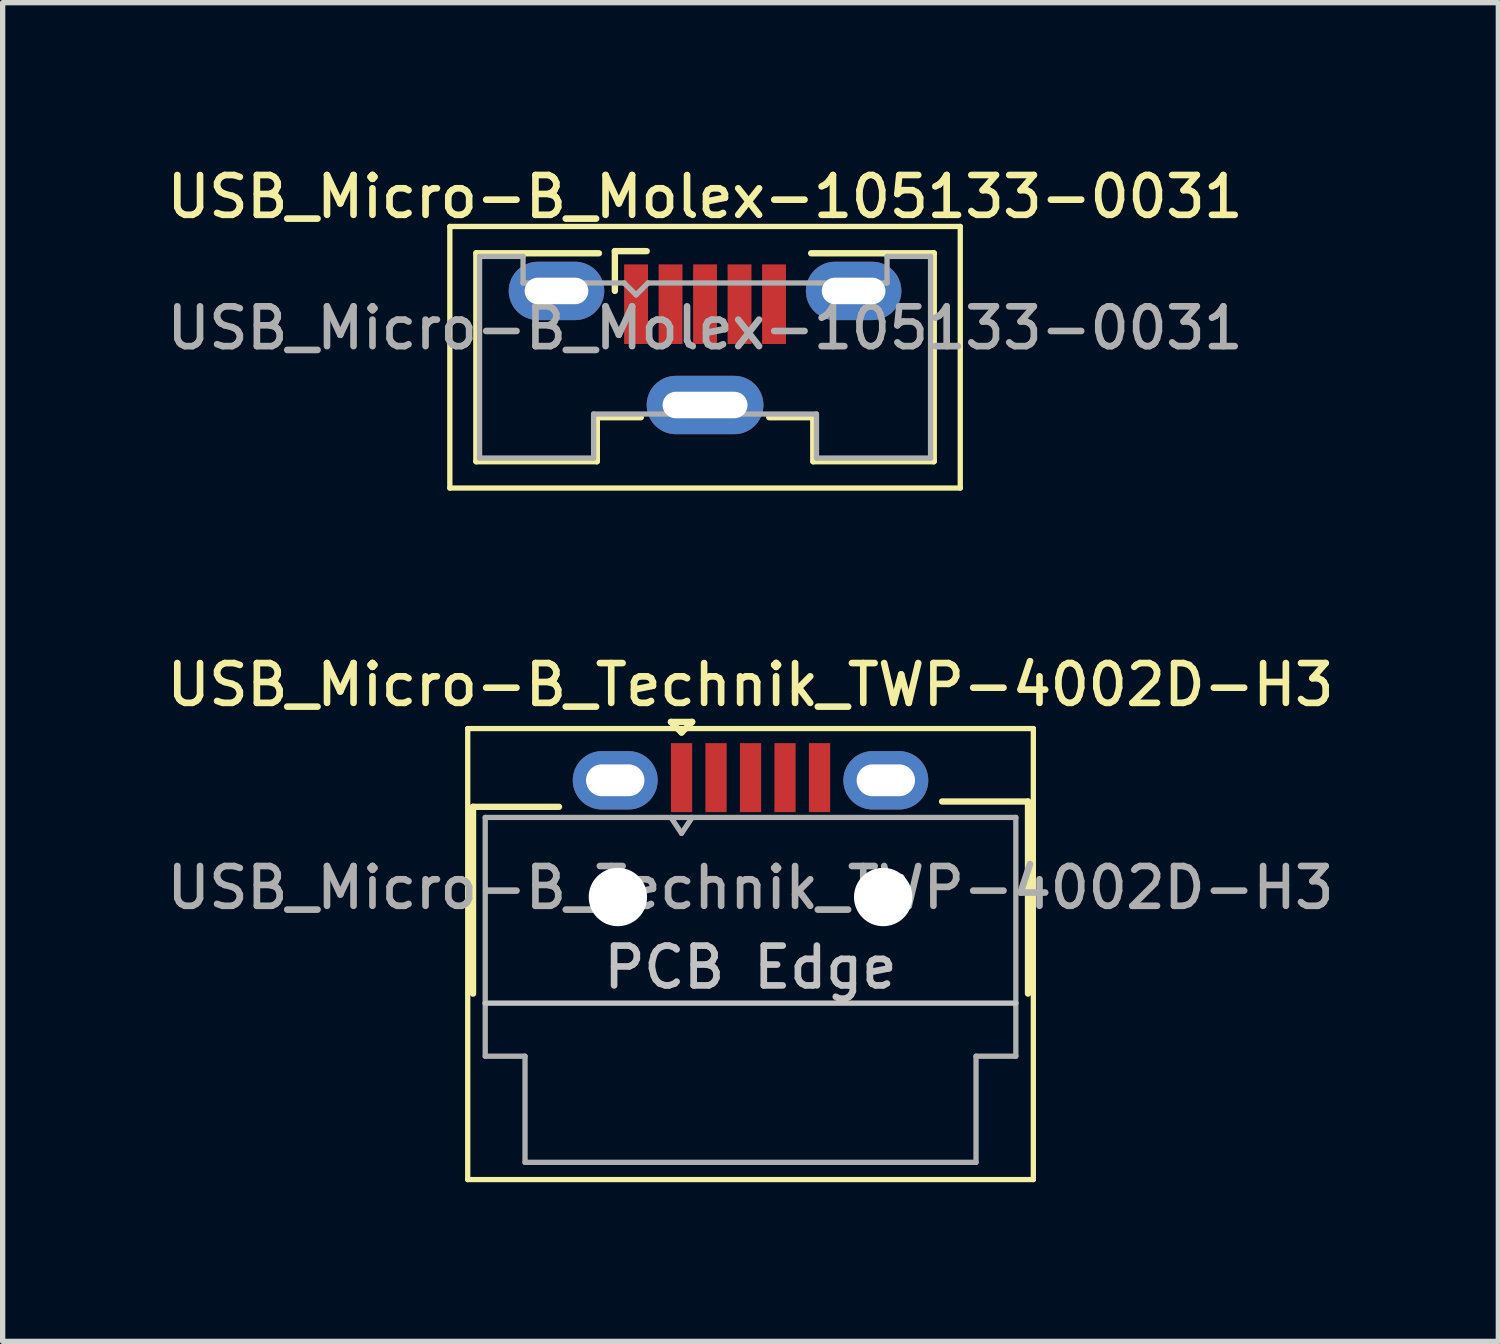
<source format=kicad_pcb>
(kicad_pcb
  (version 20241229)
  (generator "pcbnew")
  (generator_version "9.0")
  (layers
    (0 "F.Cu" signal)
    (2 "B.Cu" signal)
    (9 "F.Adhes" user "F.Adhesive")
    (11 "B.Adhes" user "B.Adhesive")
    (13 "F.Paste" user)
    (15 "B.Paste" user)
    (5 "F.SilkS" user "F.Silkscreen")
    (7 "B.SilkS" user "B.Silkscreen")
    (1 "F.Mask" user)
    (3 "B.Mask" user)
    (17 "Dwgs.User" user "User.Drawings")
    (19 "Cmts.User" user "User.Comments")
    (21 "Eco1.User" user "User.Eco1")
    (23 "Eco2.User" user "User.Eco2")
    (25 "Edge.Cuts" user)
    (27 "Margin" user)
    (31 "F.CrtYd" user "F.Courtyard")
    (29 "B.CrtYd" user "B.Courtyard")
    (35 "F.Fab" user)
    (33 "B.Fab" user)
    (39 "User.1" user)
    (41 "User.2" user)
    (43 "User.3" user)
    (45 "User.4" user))
  (footprint "USB_Micro-B_Molex-105133-0031"
    (layer "F.Cu")
    (at 10.238 3.508)
    (property "Reference" "USB_Micro-B_Molex-105133-0031" (at 0 -2.85 0) (layer "F.SilkS") (effects (font (size 0.75 0.75) (thickness 0.125))))
    (attr smd)
    (fp_line (start -4.81 -2.29) (end 4.81 -2.29) (stroke (width 0.1) (type solid)) (layer "F.SilkS"))
    (fp_line (start -4.81 2.64) (end -4.81 -2.29) (stroke (width 0.1) (type solid)) (layer "F.SilkS"))
    (fp_line (start -4.81 2.64) (end 4.81 2.64) (stroke (width 0.1) (type solid)) (layer "F.SilkS"))
    (fp_line (start -4.31 -1.785) (end -4.31 2.135) (stroke (width 0.12) (type solid)) (layer "F.SilkS"))
    (fp_line (start -4.31 2.135) (end -2.04 2.135) (stroke (width 0.12) (type solid)) (layer "F.SilkS"))
    (fp_line (start -2.04 1.305) (end -2.04 2.135) (stroke (width 0.12) (type solid)) (layer "F.SilkS"))
    (fp_line (start -2.04 1.305) (end -1.21 1.305) (stroke (width 0.12) (type solid)) (layer "F.SilkS"))
    (fp_line (start -2 -1.785) (end -4.31 -1.785) (stroke (width 0.12) (type solid)) (layer "F.SilkS"))
    (fp_line (start -1.7 -1.825) (end -1.1 -1.825) (stroke (width 0.12) (type solid)) (layer "F.SilkS"))
    (fp_line (start -1.7 -1.075) (end -1.7 -1.825) (stroke (width 0.12) (type solid)) (layer "F.SilkS"))
    (fp_line (start 2 -1.785) (end 4.31 -1.785) (stroke (width 0.12) (type solid)) (layer "F.SilkS"))
    (fp_line (start 2.04 1.305) (end 1.21 1.305) (stroke (width 0.12) (type solid)) (layer "F.SilkS"))
    (fp_line (start 2.04 1.305) (end 2.04 2.135) (stroke (width 0.12) (type solid)) (layer "F.SilkS"))
    (fp_line (start 4.31 -1.785) (end 4.31 2.135) (stroke (width 0.12) (type solid)) (layer "F.SilkS"))
    (fp_line (start 4.31 2.135) (end 2.04 2.135) (stroke (width 0.12) (type solid)) (layer "F.SilkS"))
    (fp_line (start 4.81 2.64) (end 4.81 -2.29) (stroke (width 0.1) (type solid)) (layer "F.SilkS"))
    (fp_line (start -4.25 -1.725) (end -4.25 2.075) (stroke (width 0.1) (type solid)) (layer "F.Fab"))
    (fp_line (start -4.25 2.075) (end -2.1 2.075) (stroke (width 0.1) (type solid)) (layer "F.Fab"))
    (fp_line (start -3.43 -1.725) (end -4.25 -1.725) (stroke (width 0.1) (type solid)) (layer "F.Fab"))
    (fp_line (start -3.43 -1.225) (end -3.43 -1.725) (stroke (width 0.1) (type solid)) (layer "F.Fab"))
    (fp_line (start -2.1 1.245) (end 2.1 1.245) (stroke (width 0.1) (type solid)) (layer "F.Fab"))
    (fp_line (start -2.1 2.075) (end -2.1 1.245) (stroke (width 0.1) (type solid)) (layer "F.Fab"))
    (fp_line (start -1.525 -1.225) (end -3.43 -1.225) (stroke (width 0.1) (type solid)) (layer "F.Fab"))
    (fp_line (start -1.525 -1.225) (end -1.3 -1) (stroke (width 0.1) (type solid)) (layer "F.Fab"))
    (fp_line (start -1.3 -1) (end -1.075 -1.225) (stroke (width 0.1) (type solid)) (layer "F.Fab"))
    (fp_line (start 2.1 1.245) (end 2.1 2.075) (stroke (width 0.1) (type solid)) (layer "F.Fab"))
    (fp_line (start 2.1 2.075) (end 4.25 2.075) (stroke (width 0.1) (type solid)) (layer "F.Fab"))
    (fp_line (start 3.43 -1.725) (end 3.43 -1.225) (stroke (width 0.1) (type solid)) (layer "F.Fab"))
    (fp_line (start 3.43 -1.225) (end -1.075 -1.225) (stroke (width 0.1) (type solid)) (layer "F.Fab"))
    (fp_line (start 4.25 -1.725) (end 3.43 -1.725) (stroke (width 0.1) (type solid)) (layer "F.Fab"))
    (fp_line (start 4.25 2.075) (end 4.25 -1.725) (stroke (width 0.1) (type solid)) (layer "F.Fab"))
    (fp_text user "${REFERENCE}" (at 0 -0.375 0) (layer "F.Fab") (effects (font (size 0.75 0.75) (thickness 0.125))))
    (pad "1" smd rect (at -1.3 -0.825) (size 0.45 1.5) (layers "F.Cu" "F.Mask" "F.Paste"))
    (pad "2" smd rect (at -0.65 -0.825) (size 0.45 1.5) (layers "F.Cu" "F.Mask" "F.Paste"))
    (pad "3" smd rect (at 0 -0.825) (size 0.45 1.5) (layers "F.Cu" "F.Mask" "F.Paste"))
    (pad "4" smd rect (at 0.65 -0.825) (size 0.45 1.5) (layers "F.Cu" "F.Mask" "F.Paste"))
    (pad "5" smd rect (at 1.3 -0.825) (size 0.45 1.5) (layers "F.Cu" "F.Mask" "F.Paste"))
    (pad "6" thru_hole oval (at -2.8 -1.075) (size 1.8 1.1) (drill oval 1.2 0.5) (layers "*.Cu" "*.Mask"))
    (pad "6" thru_hole oval (at 0 1.075) (size 2.2 1.1) (drill oval 1.6 0.5) (layers "*.Cu" "*.Mask"))
    (pad "6" thru_hole oval (at 2.8 -1.075) (size 1.8 1.1) (drill oval 1.2 0.5) (layers "*.Cu" "*.Mask")))
  (footprint "USB_Micro-B_Technik_TWP-4002D-H3"
    (layer "F.Cu")
    (at 11.095 12.681)
    (property "Reference" "USB_Micro-B_Technik_TWP-4002D-H3" (at 0 -2.825 0) (layer "F.SilkS") (effects (font (size 0.75 0.75) (thickness 0.125))))
    (attr smd)
    (fp_line (start -5.33 -2) (end 5.33 -2) (stroke (width 0.1) (type solid)) (layer "F.SilkS"))
    (fp_line (start -5.33 6.5) (end -5.33 -2) (stroke (width 0.1) (type solid)) (layer "F.SilkS"))
    (fp_line (start -5.23 -0.525) (end -3.61 -0.525) (stroke (width 0.12) (type solid)) (layer "F.SilkS"))
    (fp_line (start -5.23 2.995) (end -5.23 -0.525) (stroke (width 0.12) (type solid)) (layer "F.SilkS"))
    (fp_line (start -1.5 -2.125) (end -1.1 -2.125) (stroke (width 0.12) (type solid)) (layer "F.SilkS"))
    (fp_line (start -1.3 -1.925) (end -1.5 -2.125) (stroke (width 0.12) (type solid)) (layer "F.SilkS"))
    (fp_line (start -1.1 -2.125) (end -1.3 -1.925) (stroke (width 0.12) (type solid)) (layer "F.SilkS"))
    (fp_line (start 5.23 -0.625) (end 3.61 -0.625) (stroke (width 0.12) (type solid)) (layer "F.SilkS"))
    (fp_line (start 5.23 2.995) (end 5.23 -0.625) (stroke (width 0.12) (type solid)) (layer "F.SilkS"))
    (fp_line (start 5.33 -2) (end 5.33 6.5) (stroke (width 0.1) (type solid)) (layer "F.SilkS"))
    (fp_line (start 5.33 6.5) (end -5.33 6.5) (stroke (width 0.1) (type solid)) (layer "F.SilkS"))
    (fp_line (start 5 3.175) (end -5 3.175) (stroke (width 0.1) (type solid)) (layer "Dwgs.User"))
    (fp_line (start -5 -0.325) (end 5 -0.325) (stroke (width 0.1) (type solid)) (layer "F.Fab"))
    (fp_line (start -5 3.175) (end -5 -0.325) (stroke (width 0.1) (type solid)) (layer "F.Fab"))
    (fp_line (start -5 3.175) (end -5 4.175) (stroke (width 0.1) (type solid)) (layer "F.Fab"))
    (fp_line (start -5 4.175) (end -4.25 4.175) (stroke (width 0.1) (type solid)) (layer "F.Fab"))
    (fp_line (start -4.25 4.175) (end -4.25 6.175) (stroke (width 0.1) (type solid)) (layer "F.Fab"))
    (fp_line (start -4.25 6.175) (end 4.25 6.175) (stroke (width 0.1) (type solid)) (layer "F.Fab"))
    (fp_line (start -1.5 -0.325) (end -1.3 -0.025) (stroke (width 0.1) (type solid)) (layer "F.Fab"))
    (fp_line (start -1.3 -0.025) (end -1.1 -0.325) (stroke (width 0.1) (type solid)) (layer "F.Fab"))
    (fp_line (start 4.25 4.175) (end 5 4.175) (stroke (width 0.1) (type solid)) (layer "F.Fab"))
    (fp_line (start 4.25 6.175) (end 4.25 4.175) (stroke (width 0.1) (type solid)) (layer "F.Fab"))
    (fp_line (start 5 -0.325) (end 5 3.175) (stroke (width 0.1) (type solid)) (layer "F.Fab"))
    (fp_line (start 5 4.175) (end 5 3.175) (stroke (width 0.1) (type solid)) (layer "F.Fab"))
    (fp_text user "PCB Edge" (at 0 2.5 0) (layer "Dwgs.User") (effects (font (size 0.75 0.75) (thickness 0.125))))
    (fp_text user "${REFERENCE}" (at 0 1 0) (layer "F.Fab") (effects (font (size 0.75 0.75) (thickness 0.125))))
    (pad "" np_thru_hole circle (at -2.5 1.175) (size 1.1 1.1) (drill 1.1) (layers "*.Cu" "*.Mask"))
    (pad "" np_thru_hole circle (at 2.5 1.175) (size 1.1 1.1) (drill 1.1) (layers "*.Cu" "*.Mask"))
    (pad "1" smd rect (at -1.3 -1.075) (size 0.4 1.3) (layers "F.Cu" "F.Mask" "F.Paste"))
    (pad "2" smd rect (at -0.65 -1.075) (size 0.4 1.3) (layers "F.Cu" "F.Mask" "F.Paste"))
    (pad "3" smd rect (at 0 -1.075) (size 0.4 1.3) (layers "F.Cu" "F.Mask" "F.Paste"))
    (pad "4" smd rect (at 0.65 -1.075) (size 0.4 1.3) (layers "F.Cu" "F.Mask" "F.Paste"))
    (pad "5" smd rect (at 1.3 -1.075) (size 0.4 1.3) (layers "F.Cu" "F.Mask" "F.Paste"))
    (pad "6" thru_hole oval (at -2.55 -1.025) (size 1.6 1.1) (drill oval 1.1 0.6) (layers "*.Cu" "*.Mask"))
    (pad "6" thru_hole oval (at 2.55 -1.025) (size 1.6 1.1) (drill oval 1.1 0.6) (layers "*.Cu" "*.Mask")))
  (gr_rect
    (start -3 -3)
    (end 25.189 22.231)
    (stroke (width 0.1) (type default))
    (fill no)
    (layer "Edge.Cuts")))
</source>
